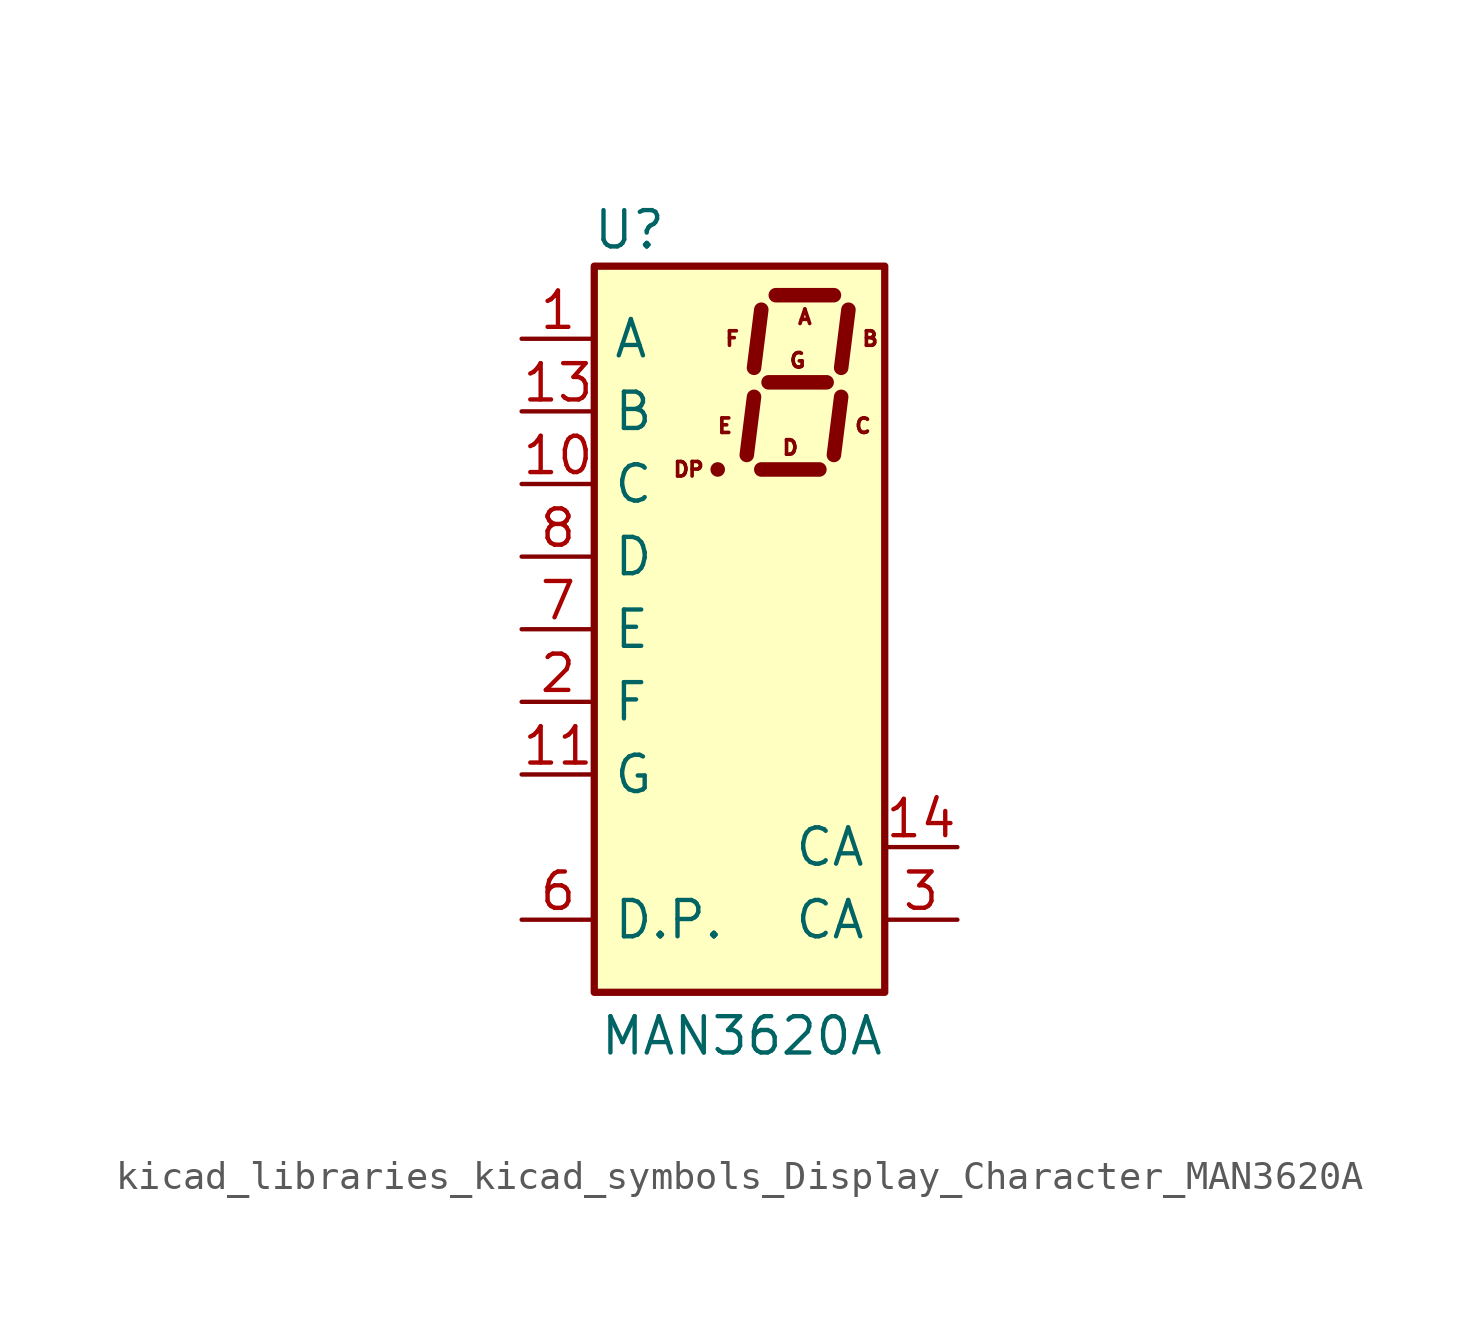
<source format=kicad_sym>
(kicad_symbol_lib
  (version 20220914)
  (generator kicad_symbol_editor)
  (symbol "kicad_libraries_kicad_symbols_Display_Character_MAN3620A"
    (pin_names
      (offset 0.635))
    (property "Reference" "U"
      (at -2.54 13.97 0)
      (effects (font (size 1.27 1.27)) (justify right)))
    (property "Value" "MAN3620A"
      (at 5.08 -14.224 0)
      (effects (font (size 1.27 1.27)) (justify right)))
    (symbol "kicad_libraries_kicad_symbols_Display_Character_MAN3620A_0_0"
      (text "A" (at 2.286 10.922 0) (effects (font (size 0.508 0.508))))
      (text "B" (at 4.572 10.16 0) (effects (font (size 0.508 0.508))))
      (text "C" (at 4.318 7.112 0) (effects (font (size 0.508 0.508))))
      (text "D" (at 1.778 6.35 0) (effects (font (size 0.508 0.508))))
      (text "DP" (at -1.778 5.588 0) (effects (font (size 0.508 0.508))))
      (text "E" (at -0.508 7.112 0) (effects (font (size 0.508 0.508))))
      (text "F" (at -0.254 10.16 0) (effects (font (size 0.508 0.508))))
      (text "G" (at 2.032 9.398 0) (effects (font (size 0.508 0.508)))))
    (symbol "kicad_libraries_kicad_symbols_Display_Character_MAN3620A_0_1"
      (rectangle (start -5.08 12.7) (end 5.08 -12.7) (stroke (width 0.254) (type default)) (fill (type background)))
      (polyline (pts (xy -0.762 5.588) (xy -0.762 5.588)) (stroke (width 0.508) (type default)) (fill (type none)))
      (polyline (pts (xy 0.508 8.128) (xy 0.254 6.096)) (stroke (width 0.508) (type default)) (fill (type none)))
      (polyline (pts (xy 0.762 5.588) (xy 2.794 5.588)) (stroke (width 0.508) (type default)) (fill (type none)))
      (polyline (pts (xy 0.762 11.176) (xy 0.508 9.144)) (stroke (width 0.508) (type default)) (fill (type none)))
      (polyline (pts (xy 1.016 8.636) (xy 3.048 8.636)) (stroke (width 0.508) (type default)) (fill (type none)))
      (polyline (pts (xy 1.27 11.684) (xy 3.302 11.684)) (stroke (width 0.508) (type default)) (fill (type none)))
      (polyline (pts (xy 3.556 8.128) (xy 3.302 6.096)) (stroke (width 0.508) (type default)) (fill (type none)))
      (polyline (pts (xy 3.81 11.176) (xy 3.556 9.144)) (stroke (width 0.508) (type default)) (fill (type none))))
    (symbol "kicad_libraries_kicad_symbols_Display_Character_MAN3620A_1_1"
      (pin input line (at -7.62 10.16 0) (length 2.54) (name "A" (effects (font (size 1.27 1.27)))) (number "1" (effects (font (size 1.27 1.27)))))
      (pin input line (at -7.62 5.08 0) (length 2.54) (name "C" (effects (font (size 1.27 1.27)))) (number "10" (effects (font (size 1.27 1.27)))))
      (pin input line (at -7.62 -5.08 0) (length 2.54) (name "G" (effects (font (size 1.27 1.27)))) (number "11" (effects (font (size 1.27 1.27)))))
      (pin no_connect line (at 5.08 -5.08 180) (length 2.54) hide (name "NC" (effects (font (size 1.27 1.27)))) (number "12" (effects (font (size 1.27 1.27)))))
      (pin input line (at -7.62 7.62 0) (length 2.54) (name "B" (effects (font (size 1.27 1.27)))) (number "13" (effects (font (size 1.27 1.27)))))
      (pin input line (at 7.62 -7.62 180) (length 2.54) (name "CA" (effects (font (size 1.27 1.27)))) (number "14" (effects (font (size 1.27 1.27)))))
      (pin input line (at -7.62 -2.54 0) (length 2.54) (name "F" (effects (font (size 1.27 1.27)))) (number "2" (effects (font (size 1.27 1.27)))))
      (pin input line (at 7.62 -10.16 180) (length 2.54) (name "CA" (effects (font (size 1.27 1.27)))) (number "3" (effects (font (size 1.27 1.27)))))
      (pin no_connect line (at 5.08 2.54 180) (length 2.54) hide (name "NC" (effects (font (size 1.27 1.27)))) (number "4" (effects (font (size 1.27 1.27)))))
      (pin no_connect line (at 5.08 0 180) (length 2.54) hide (name "NC" (effects (font (size 1.27 1.27)))) (number "5" (effects (font (size 1.27 1.27)))))
      (pin input line (at -7.62 -10.16 0) (length 2.54) (name "D.P." (effects (font (size 1.27 1.27)))) (number "6" (effects (font (size 1.27 1.27)))))
      (pin input line (at -7.62 0 0) (length 2.54) (name "E" (effects (font (size 1.27 1.27)))) (number "7" (effects (font (size 1.27 1.27)))))
      (pin input line (at -7.62 2.54 0) (length 2.54) (name "D" (effects (font (size 1.27 1.27)))) (number "8" (effects (font (size 1.27 1.27)))))
      (pin no_connect line (at 5.08 -2.54 180) (length 2.54) hide (name "NC" (effects (font (size 1.27 1.27)))) (number "9" (effects (font (size 1.27 1.27))))))))
</source>
